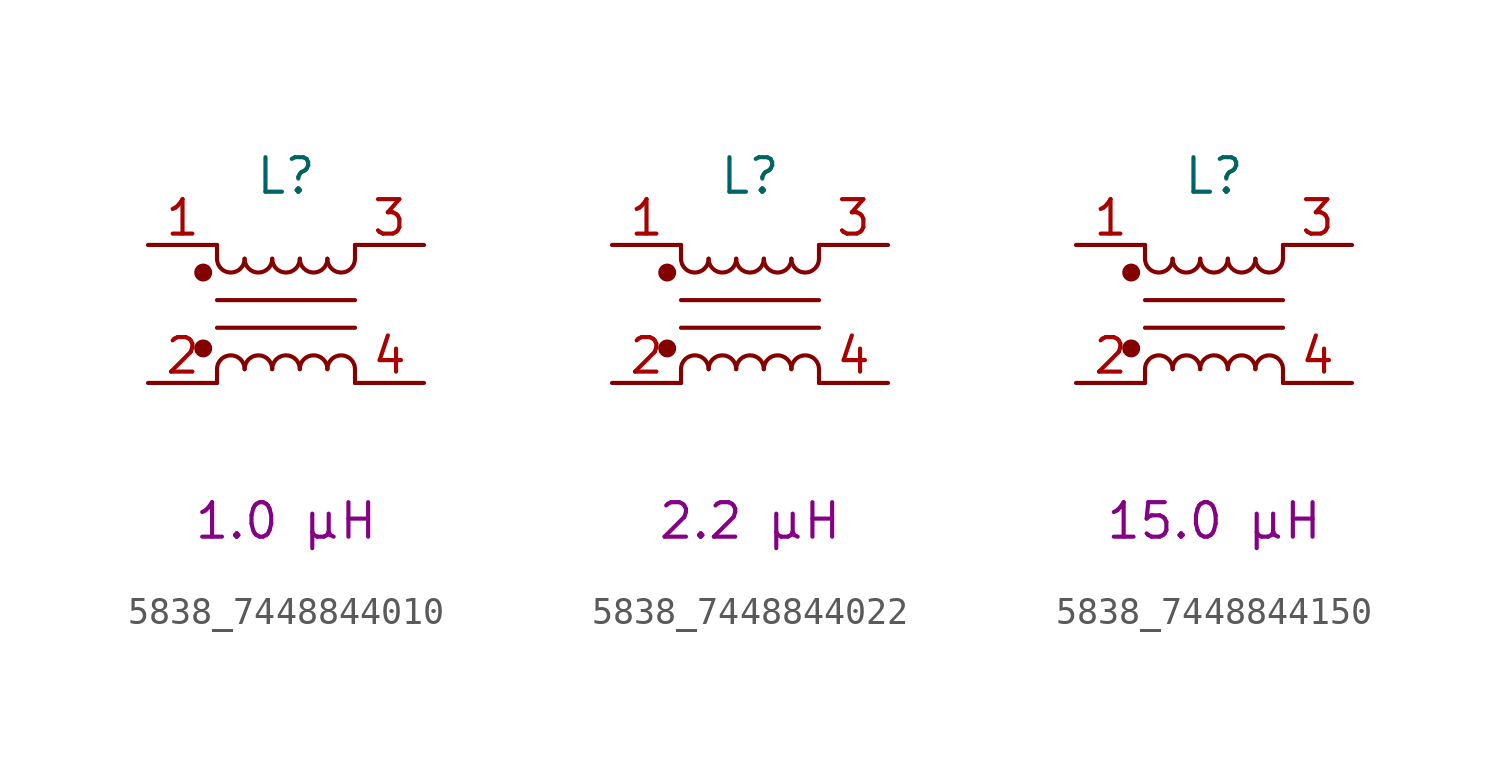
<source format=kicad_sym>
(kicad_symbol_lib
  (version 20220914)
  (generator kicad_symbol_editor)
  (symbol "5838_7448844010"
    (pin_names hide)
    (property "Reference" "L"
      (at 0 5.08 0)
      (effects (font (size 1.27 1.27))))
    (property "Critical Parameter" "1.0 µH"
      (at 0 -7.62 0)
      (effects (font (size 1.27 1.27))))
    (symbol "5838_7448844010_0_1"
      (circle (center -3.048 -1.27) (radius 0.254) (stroke (width 0) (type default)) (fill (type outline)))
      (circle (center -3.048 1.524) (radius 0.254) (stroke (width 0) (type default)) (fill (type outline)))
      (arc (start -2.54 2.032) (mid -2.032 1.5262) (end -1.524 2.032) (stroke (width 0) (type default)) (fill (type none)))
      (arc (start -1.524 -2.032) (mid -2.032 -1.5262) (end -2.54 -2.032) (stroke (width 0) (type default)) (fill (type none)))
      (arc (start -1.524 2.032) (mid -1.016 1.5262) (end -0.508 2.032) (stroke (width 0) (type default)) (fill (type none)))
      (arc (start -0.508 -2.032) (mid -1.016 -1.5262) (end -1.524 -2.032) (stroke (width 0) (type default)) (fill (type none)))
      (arc (start -0.508 2.032) (mid 0 1.5262) (end 0.508 2.032) (stroke (width 0) (type default)) (fill (type none)))
      (polyline (pts (xy -2.54 -2.032) (xy -2.54 -2.54)) (stroke (width 0) (type default)) (fill (type none)))
      (polyline (pts (xy -2.54 0.508) (xy 2.54 0.508)) (stroke (width 0) (type default)) (fill (type none)))
      (polyline (pts (xy -2.54 2.032) (xy -2.54 2.54)) (stroke (width 0) (type default)) (fill (type none)))
      (polyline (pts (xy 2.54 -2.032) (xy 2.54 -2.54)) (stroke (width 0) (type default)) (fill (type none)))
      (polyline (pts (xy 2.54 -0.508) (xy -2.54 -0.508)) (stroke (width 0) (type default)) (fill (type none)))
      (polyline (pts (xy 2.54 2.54) (xy 2.54 2.032)) (stroke (width 0) (type default)) (fill (type none)))
      (arc (start 0.508 -2.032) (mid 0 -1.5262) (end -0.508 -2.032) (stroke (width 0) (type default)) (fill (type none)))
      (arc (start 0.508 2.032) (mid 1.016 1.5262) (end 1.524 2.032) (stroke (width 0) (type default)) (fill (type none)))
      (arc (start 1.524 -2.032) (mid 1.016 -1.5262) (end 0.508 -2.032) (stroke (width 0) (type default)) (fill (type none)))
      (arc (start 1.524 2.032) (mid 2.032 1.5262) (end 2.54 2.032) (stroke (width 0) (type default)) (fill (type none)))
      (arc (start 2.54 -2.032) (mid 2.032 -1.5262) (end 1.524 -2.032) (stroke (width 0) (type default)) (fill (type none))))
    (symbol "5838_7448844010_1_1"
      (pin passive line (at -5.08 2.54 0) (length 2.54) (name "1" (effects (font (size 1.27 1.27)))) (number "1" (effects (font (size 1.27 1.27)))))
      (pin passive line (at -5.08 -2.54 0) (length 2.54) (name "2" (effects (font (size 1.27 1.27)))) (number "2" (effects (font (size 1.27 1.27)))))
      (pin passive line (at 5.08 2.54 180) (length 2.54) (name "3" (effects (font (size 1.27 1.27)))) (number "3" (effects (font (size 1.27 1.27)))))
      (pin passive line (at 5.08 -2.54 180) (length 2.54) (name "4" (effects (font (size 1.27 1.27)))) (number "4" (effects (font (size 1.27 1.27)))))))
  (symbol "5838_7448844022"
    (pin_names hide)
    (property "Reference" "L"
      (at 0 5.08 0)
      (effects (font (size 1.27 1.27))))
    (property "Critical Parameter" "2.2 µH"
      (at 0 -7.62 0)
      (effects (font (size 1.27 1.27))))
    (symbol "5838_7448844022_0_1"
      (circle (center -3.048 -1.27) (radius 0.254) (stroke (width 0) (type default)) (fill (type outline)))
      (circle (center -3.048 1.524) (radius 0.254) (stroke (width 0) (type default)) (fill (type outline)))
      (arc (start -2.54 2.032) (mid -2.032 1.5262) (end -1.524 2.032) (stroke (width 0) (type default)) (fill (type none)))
      (arc (start -1.524 -2.032) (mid -2.032 -1.5262) (end -2.54 -2.032) (stroke (width 0) (type default)) (fill (type none)))
      (arc (start -1.524 2.032) (mid -1.016 1.5262) (end -0.508 2.032) (stroke (width 0) (type default)) (fill (type none)))
      (arc (start -0.508 -2.032) (mid -1.016 -1.5262) (end -1.524 -2.032) (stroke (width 0) (type default)) (fill (type none)))
      (arc (start -0.508 2.032) (mid 0 1.5262) (end 0.508 2.032) (stroke (width 0) (type default)) (fill (type none)))
      (polyline (pts (xy -2.54 -2.032) (xy -2.54 -2.54)) (stroke (width 0) (type default)) (fill (type none)))
      (polyline (pts (xy -2.54 0.508) (xy 2.54 0.508)) (stroke (width 0) (type default)) (fill (type none)))
      (polyline (pts (xy -2.54 2.032) (xy -2.54 2.54)) (stroke (width 0) (type default)) (fill (type none)))
      (polyline (pts (xy 2.54 -2.032) (xy 2.54 -2.54)) (stroke (width 0) (type default)) (fill (type none)))
      (polyline (pts (xy 2.54 -0.508) (xy -2.54 -0.508)) (stroke (width 0) (type default)) (fill (type none)))
      (polyline (pts (xy 2.54 2.54) (xy 2.54 2.032)) (stroke (width 0) (type default)) (fill (type none)))
      (arc (start 0.508 -2.032) (mid 0 -1.5262) (end -0.508 -2.032) (stroke (width 0) (type default)) (fill (type none)))
      (arc (start 0.508 2.032) (mid 1.016 1.5262) (end 1.524 2.032) (stroke (width 0) (type default)) (fill (type none)))
      (arc (start 1.524 -2.032) (mid 1.016 -1.5262) (end 0.508 -2.032) (stroke (width 0) (type default)) (fill (type none)))
      (arc (start 1.524 2.032) (mid 2.032 1.5262) (end 2.54 2.032) (stroke (width 0) (type default)) (fill (type none)))
      (arc (start 2.54 -2.032) (mid 2.032 -1.5262) (end 1.524 -2.032) (stroke (width 0) (type default)) (fill (type none))))
    (symbol "5838_7448844022_1_1"
      (pin passive line (at -5.08 2.54 0) (length 2.54) (name "1" (effects (font (size 1.27 1.27)))) (number "1" (effects (font (size 1.27 1.27)))))
      (pin passive line (at -5.08 -2.54 0) (length 2.54) (name "2" (effects (font (size 1.27 1.27)))) (number "2" (effects (font (size 1.27 1.27)))))
      (pin passive line (at 5.08 2.54 180) (length 2.54) (name "3" (effects (font (size 1.27 1.27)))) (number "3" (effects (font (size 1.27 1.27)))))
      (pin passive line (at 5.08 -2.54 180) (length 2.54) (name "4" (effects (font (size 1.27 1.27)))) (number "4" (effects (font (size 1.27 1.27)))))))
  (symbol "5838_7448844150"
    (pin_names hide)
    (property "Reference" "L"
      (at 0 5.08 0)
      (effects (font (size 1.27 1.27))))
    (property "Critical Parameter" "15.0 µH"
      (at 0 -7.62 0)
      (effects (font (size 1.27 1.27))))
    (symbol "5838_7448844150_0_1"
      (circle (center -3.048 -1.27) (radius 0.254) (stroke (width 0) (type default)) (fill (type outline)))
      (circle (center -3.048 1.524) (radius 0.254) (stroke (width 0) (type default)) (fill (type outline)))
      (arc (start -2.54 2.032) (mid -2.032 1.5262) (end -1.524 2.032) (stroke (width 0) (type default)) (fill (type none)))
      (arc (start -1.524 -2.032) (mid -2.032 -1.5262) (end -2.54 -2.032) (stroke (width 0) (type default)) (fill (type none)))
      (arc (start -1.524 2.032) (mid -1.016 1.5262) (end -0.508 2.032) (stroke (width 0) (type default)) (fill (type none)))
      (arc (start -0.508 -2.032) (mid -1.016 -1.5262) (end -1.524 -2.032) (stroke (width 0) (type default)) (fill (type none)))
      (arc (start -0.508 2.032) (mid 0 1.5262) (end 0.508 2.032) (stroke (width 0) (type default)) (fill (type none)))
      (polyline (pts (xy -2.54 -2.032) (xy -2.54 -2.54)) (stroke (width 0) (type default)) (fill (type none)))
      (polyline (pts (xy -2.54 0.508) (xy 2.54 0.508)) (stroke (width 0) (type default)) (fill (type none)))
      (polyline (pts (xy -2.54 2.032) (xy -2.54 2.54)) (stroke (width 0) (type default)) (fill (type none)))
      (polyline (pts (xy 2.54 -2.032) (xy 2.54 -2.54)) (stroke (width 0) (type default)) (fill (type none)))
      (polyline (pts (xy 2.54 -0.508) (xy -2.54 -0.508)) (stroke (width 0) (type default)) (fill (type none)))
      (polyline (pts (xy 2.54 2.54) (xy 2.54 2.032)) (stroke (width 0) (type default)) (fill (type none)))
      (arc (start 0.508 -2.032) (mid 0 -1.5262) (end -0.508 -2.032) (stroke (width 0) (type default)) (fill (type none)))
      (arc (start 0.508 2.032) (mid 1.016 1.5262) (end 1.524 2.032) (stroke (width 0) (type default)) (fill (type none)))
      (arc (start 1.524 -2.032) (mid 1.016 -1.5262) (end 0.508 -2.032) (stroke (width 0) (type default)) (fill (type none)))
      (arc (start 1.524 2.032) (mid 2.032 1.5262) (end 2.54 2.032) (stroke (width 0) (type default)) (fill (type none)))
      (arc (start 2.54 -2.032) (mid 2.032 -1.5262) (end 1.524 -2.032) (stroke (width 0) (type default)) (fill (type none))))
    (symbol "5838_7448844150_1_1"
      (pin passive line (at -5.08 2.54 0) (length 2.54) (name "1" (effects (font (size 1.27 1.27)))) (number "1" (effects (font (size 1.27 1.27)))))
      (pin passive line (at -5.08 -2.54 0) (length 2.54) (name "2" (effects (font (size 1.27 1.27)))) (number "2" (effects (font (size 1.27 1.27)))))
      (pin passive line (at 5.08 2.54 180) (length 2.54) (name "3" (effects (font (size 1.27 1.27)))) (number "3" (effects (font (size 1.27 1.27)))))
      (pin passive line (at 5.08 -2.54 180) (length 2.54) (name "4" (effects (font (size 1.27 1.27)))) (number "4" (effects (font (size 1.27 1.27))))))))
</source>
